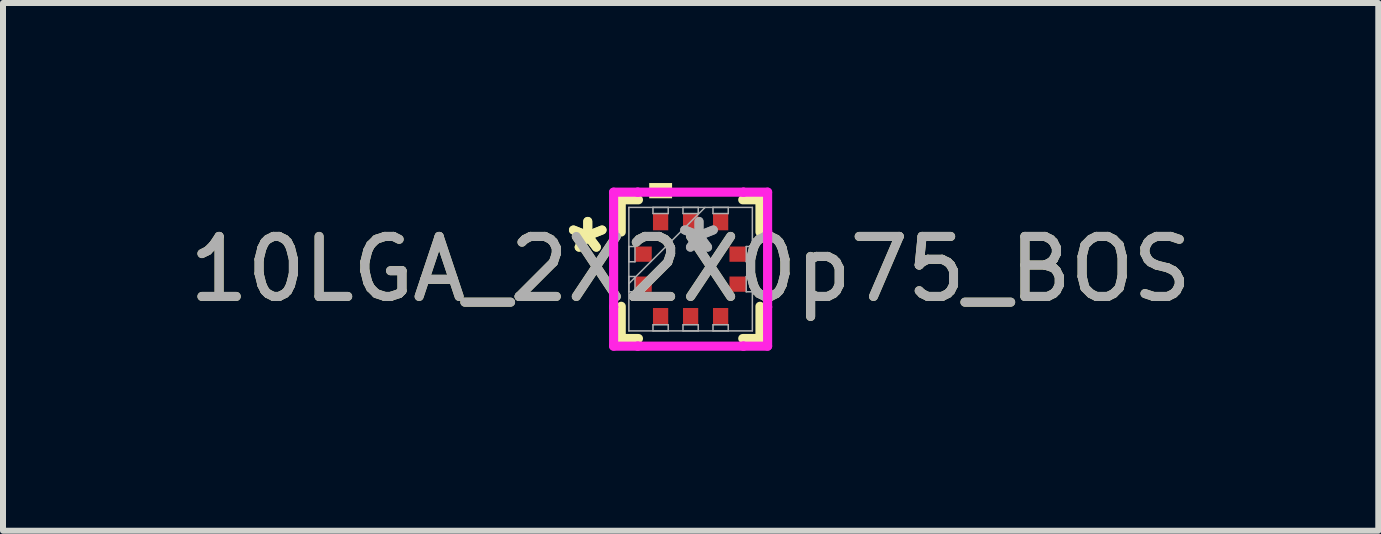
<source format=kicad_pcb>
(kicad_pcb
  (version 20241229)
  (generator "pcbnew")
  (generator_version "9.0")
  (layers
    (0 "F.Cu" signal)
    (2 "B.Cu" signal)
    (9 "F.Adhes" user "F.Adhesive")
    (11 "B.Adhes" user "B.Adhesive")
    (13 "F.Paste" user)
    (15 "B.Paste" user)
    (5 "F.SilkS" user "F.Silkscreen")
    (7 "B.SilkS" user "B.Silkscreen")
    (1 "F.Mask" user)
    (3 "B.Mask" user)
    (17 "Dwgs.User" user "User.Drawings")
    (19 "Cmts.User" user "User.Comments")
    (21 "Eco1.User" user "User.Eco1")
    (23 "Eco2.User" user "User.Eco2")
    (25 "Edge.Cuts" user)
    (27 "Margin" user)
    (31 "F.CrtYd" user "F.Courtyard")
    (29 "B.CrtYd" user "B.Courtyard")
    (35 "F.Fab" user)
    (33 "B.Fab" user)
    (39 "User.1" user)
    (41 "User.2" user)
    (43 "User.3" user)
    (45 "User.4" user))
  (footprint "10LGA_2X2X0p75_BOS"
    (layer "F.Cu")
    (at 8.458 1.435)
    (property "Reference" "10LGA_2X2X0p75_BOS" (at 0 0 0) (unlocked yes) (layer "F.SilkS") (effects (font (size 1 1) (thickness 0.15))))
    (attr smd)
    (fp_line (start -1.156 -1.156) (end -1.156 -0.619) (stroke (width 0.152) (type solid)) (layer "F.SilkS"))
    (fp_line (start -1.156 0.619) (end -1.156 1.156) (stroke (width 0.152) (type solid)) (layer "F.SilkS"))
    (fp_line (start -1.156 1.156) (end -0.869 1.156) (stroke (width 0.152) (type solid)) (layer "F.SilkS"))
    (fp_line (start -0.869 -1.156) (end -1.156 -1.156) (stroke (width 0.152) (type solid)) (layer "F.SilkS"))
    (fp_line (start 0.869 1.156) (end 1.156 1.156) (stroke (width 0.152) (type solid)) (layer "F.SilkS"))
    (fp_line (start 1.156 -1.156) (end 0.869 -1.156) (stroke (width 0.152) (type solid)) (layer "F.SilkS"))
    (fp_line (start 1.156 -0.619) (end 1.156 -1.156) (stroke (width 0.152) (type solid)) (layer "F.SilkS"))
    (fp_line (start 1.156 1.156) (end 1.156 0.619) (stroke (width 0.152) (type solid)) (layer "F.SilkS"))
    (fp_poly (pts (xy -0.69 -1.181) (xy -0.69 -1.435) (xy -0.309 -1.435) (xy -0.309 -1.181)) (stroke (width 0) (type solid)) (fill yes) (layer "F.SilkS"))
    (fp_line (start -1.283 -1.283) (end -0.881 -1.283) (stroke (width 0.152) (type solid)) (layer "F.CrtYd"))
    (fp_line (start -1.283 -0.631) (end -1.283 -1.283) (stroke (width 0.152) (type solid)) (layer "F.CrtYd"))
    (fp_line (start -1.283 -0.631) (end -1.283 -0.631) (stroke (width 0.152) (type solid)) (layer "F.CrtYd"))
    (fp_line (start -1.283 0.631) (end -1.283 -0.631) (stroke (width 0.152) (type solid)) (layer "F.CrtYd"))
    (fp_line (start -1.283 0.631) (end -1.283 0.631) (stroke (width 0.152) (type solid)) (layer "F.CrtYd"))
    (fp_line (start -1.283 1.283) (end -1.283 0.631) (stroke (width 0.152) (type solid)) (layer "F.CrtYd"))
    (fp_line (start -0.881 -1.283) (end -0.881 -1.283) (stroke (width 0.152) (type solid)) (layer "F.CrtYd"))
    (fp_line (start -0.881 -1.283) (end 0.881 -1.283) (stroke (width 0.152) (type solid)) (layer "F.CrtYd"))
    (fp_line (start -0.881 1.283) (end -1.283 1.283) (stroke (width 0.152) (type solid)) (layer "F.CrtYd"))
    (fp_line (start -0.881 1.283) (end -0.881 1.283) (stroke (width 0.152) (type solid)) (layer "F.CrtYd"))
    (fp_line (start 0.881 -1.283) (end 0.881 -1.283) (stroke (width 0.152) (type solid)) (layer "F.CrtYd"))
    (fp_line (start 0.881 -1.283) (end 1.283 -1.283) (stroke (width 0.152) (type solid)) (layer "F.CrtYd"))
    (fp_line (start 0.881 1.283) (end -0.881 1.283) (stroke (width 0.152) (type solid)) (layer "F.CrtYd"))
    (fp_line (start 0.881 1.283) (end 0.881 1.283) (stroke (width 0.152) (type solid)) (layer "F.CrtYd"))
    (fp_line (start 1.283 -1.283) (end 1.283 -0.631) (stroke (width 0.152) (type solid)) (layer "F.CrtYd"))
    (fp_line (start 1.283 -0.631) (end 1.283 -0.631) (stroke (width 0.152) (type solid)) (layer "F.CrtYd"))
    (fp_line (start 1.283 -0.631) (end 1.283 0.631) (stroke (width 0.152) (type solid)) (layer "F.CrtYd"))
    (fp_line (start 1.283 0.631) (end 1.283 0.631) (stroke (width 0.152) (type solid)) (layer "F.CrtYd"))
    (fp_line (start 1.283 0.631) (end 1.283 1.283) (stroke (width 0.152) (type solid)) (layer "F.CrtYd"))
    (fp_line (start 1.283 1.283) (end 0.881 1.283) (stroke (width 0.152) (type solid)) (layer "F.CrtYd"))
    (fp_line (start -1.029 -1.029) (end -1.029 1.029) (stroke (width 0.025) (type solid)) (layer "F.Fab"))
    (fp_line (start -1.029 -0.377) (end -0.927 -0.377) (stroke (width 0.025) (type solid)) (layer "F.Fab"))
    (fp_line (start -1.029 -0.123) (end -1.029 -0.377) (stroke (width 0.025) (type solid)) (layer "F.Fab"))
    (fp_line (start -1.029 0.123) (end -0.927 0.123) (stroke (width 0.025) (type solid)) (layer "F.Fab"))
    (fp_line (start -1.029 0.241) (end 0.241 -1.029) (stroke (width 0.025) (type solid)) (layer "F.Fab"))
    (fp_line (start -1.029 0.377) (end -1.029 0.123) (stroke (width 0.025) (type solid)) (layer "F.Fab"))
    (fp_line (start -1.029 1.029) (end 1.029 1.029) (stroke (width 0.025) (type solid)) (layer "F.Fab"))
    (fp_line (start -0.927 -0.377) (end -0.927 -0.123) (stroke (width 0.025) (type solid)) (layer "F.Fab"))
    (fp_line (start -0.927 -0.123) (end -1.029 -0.123) (stroke (width 0.025) (type solid)) (layer "F.Fab"))
    (fp_line (start -0.927 0.123) (end -0.927 0.377) (stroke (width 0.025) (type solid)) (layer "F.Fab"))
    (fp_line (start -0.927 0.377) (end -1.029 0.377) (stroke (width 0.025) (type solid)) (layer "F.Fab"))
    (fp_line (start -0.627 -1.029) (end -0.373 -1.029) (stroke (width 0.025) (type solid)) (layer "F.Fab"))
    (fp_line (start -0.627 -0.927) (end -0.627 -1.029) (stroke (width 0.025) (type solid)) (layer "F.Fab"))
    (fp_line (start -0.627 0.927) (end -0.373 0.927) (stroke (width 0.025) (type solid)) (layer "F.Fab"))
    (fp_line (start -0.627 1.029) (end -0.627 0.927) (stroke (width 0.025) (type solid)) (layer "F.Fab"))
    (fp_line (start -0.373 -1.029) (end -0.373 -0.927) (stroke (width 0.025) (type solid)) (layer "F.Fab"))
    (fp_line (start -0.373 -0.927) (end -0.627 -0.927) (stroke (width 0.025) (type solid)) (layer "F.Fab"))
    (fp_line (start -0.373 0.927) (end -0.373 1.029) (stroke (width 0.025) (type solid)) (layer "F.Fab"))
    (fp_line (start -0.373 1.029) (end -0.627 1.029) (stroke (width 0.025) (type solid)) (layer "F.Fab"))
    (fp_line (start -0.127 -1.029) (end 0.127 -1.029) (stroke (width 0.025) (type solid)) (layer "F.Fab"))
    (fp_line (start -0.127 -0.927) (end -0.127 -1.029) (stroke (width 0.025) (type solid)) (layer "F.Fab"))
    (fp_line (start -0.127 0.927) (end 0.127 0.927) (stroke (width 0.025) (type solid)) (layer "F.Fab"))
    (fp_line (start -0.127 1.029) (end -0.127 0.927) (stroke (width 0.025) (type solid)) (layer "F.Fab"))
    (fp_line (start 0.127 -1.029) (end 0.127 -0.927) (stroke (width 0.025) (type solid)) (layer "F.Fab"))
    (fp_line (start 0.127 -0.927) (end -0.127 -0.927) (stroke (width 0.025) (type solid)) (layer "F.Fab"))
    (fp_line (start 0.127 0.927) (end 0.127 1.029) (stroke (width 0.025) (type solid)) (layer "F.Fab"))
    (fp_line (start 0.127 1.029) (end -0.127 1.029) (stroke (width 0.025) (type solid)) (layer "F.Fab"))
    (fp_line (start 0.373 -1.029) (end 0.627 -1.029) (stroke (width 0.025) (type solid)) (layer "F.Fab"))
    (fp_line (start 0.373 -0.927) (end 0.373 -1.029) (stroke (width 0.025) (type solid)) (layer "F.Fab"))
    (fp_line (start 0.373 0.927) (end 0.627 0.927) (stroke (width 0.025) (type solid)) (layer "F.Fab"))
    (fp_line (start 0.373 1.029) (end 0.373 0.927) (stroke (width 0.025) (type solid)) (layer "F.Fab"))
    (fp_line (start 0.627 -1.029) (end 0.627 -0.927) (stroke (width 0.025) (type solid)) (layer "F.Fab"))
    (fp_line (start 0.627 -0.927) (end 0.373 -0.927) (stroke (width 0.025) (type solid)) (layer "F.Fab"))
    (fp_line (start 0.627 0.927) (end 0.627 1.029) (stroke (width 0.025) (type solid)) (layer "F.Fab"))
    (fp_line (start 0.627 1.029) (end 0.373 1.029) (stroke (width 0.025) (type solid)) (layer "F.Fab"))
    (fp_line (start 0.927 -0.377) (end 1.029 -0.377) (stroke (width 0.025) (type solid)) (layer "F.Fab"))
    (fp_line (start 0.927 -0.123) (end 0.927 -0.377) (stroke (width 0.025) (type solid)) (layer "F.Fab"))
    (fp_line (start 0.927 0.123) (end 1.029 0.123) (stroke (width 0.025) (type solid)) (layer "F.Fab"))
    (fp_line (start 0.927 0.377) (end 0.927 0.123) (stroke (width 0.025) (type solid)) (layer "F.Fab"))
    (fp_line (start 1.029 -1.029) (end -1.029 -1.029) (stroke (width 0.025) (type solid)) (layer "F.Fab"))
    (fp_line (start 1.029 -0.377) (end 1.029 -0.123) (stroke (width 0.025) (type solid)) (layer "F.Fab"))
    (fp_line (start 1.029 -0.123) (end 0.927 -0.123) (stroke (width 0.025) (type solid)) (layer "F.Fab"))
    (fp_line (start 1.029 0.123) (end 1.029 0.377) (stroke (width 0.025) (type solid)) (layer "F.Fab"))
    (fp_line (start 1.029 0.377) (end 0.927 0.377) (stroke (width 0.025) (type solid)) (layer "F.Fab"))
    (fp_line (start 1.029 1.029) (end 1.029 -1.029) (stroke (width 0.025) (type solid)) (layer "F.Fab"))
    (fp_text user "*" (at -1.714 -0.25 0) (layer "F.SilkS") (effects (font (size 1 1) (thickness 0.15))))
    (fp_text user "*" (at -1.714 -0.25 0) (unlocked yes) (layer "F.SilkS") (effects (font (size 1 1) (thickness 0.15))))
    (fp_text user "*" (at 0.14 -0.25 0) (layer "F.Fab") (effects (font (size 1 1) (thickness 0.15))))
    (fp_text user "${REFERENCE}" (at 0 0 0) (unlocked yes) (layer "F.Fab") (effects (font (size 1 1) (thickness 0.15))))
    (fp_text user "*" (at 0.14 -0.25 0) (unlocked yes) (layer "F.Fab") (effects (font (size 1 1) (thickness 0.15))))
    (pad "1" smd rect (at -0.787 -0.25 90) (size 0.254 0.279) (layers "F.Cu" "F.Mask" "F.Paste"))
    (pad "2" smd rect (at -0.787 0.25 90) (size 0.254 0.279) (layers "F.Cu" "F.Mask" "F.Paste"))
    (pad "3" smd rect (at -0.5 0.787) (size 0.254 0.279) (layers "F.Cu" "F.Mask" "F.Paste"))
    (pad "4" smd rect (at 0 0.787) (size 0.254 0.279) (layers "F.Cu" "F.Mask" "F.Paste"))
    (pad "5" smd rect (at 0.5 0.787) (size 0.254 0.279) (layers "F.Cu" "F.Mask" "F.Paste"))
    (pad "6" smd rect (at 0.787 0.25 90) (size 0.254 0.279) (layers "F.Cu" "F.Mask" "F.Paste"))
    (pad "7" smd rect (at 0.787 -0.25 90) (size 0.254 0.279) (layers "F.Cu" "F.Mask" "F.Paste"))
    (pad "8" smd rect (at 0.5 -0.787) (size 0.254 0.279) (layers "F.Cu" "F.Mask" "F.Paste"))
    (pad "9" smd rect (at 0 -0.787) (size 0.254 0.279) (layers "F.Cu" "F.Mask" "F.Paste"))
    (pad "10" smd rect (at -0.5 -0.787) (size 0.254 0.279) (layers "F.Cu" "F.Mask" "F.Paste")))
  (gr_rect
    (start -3 -3)
    (end 19.917 5.794)
    (stroke (width 0.1) (type default))
    (fill no)
    (layer "Edge.Cuts")))
</source>
